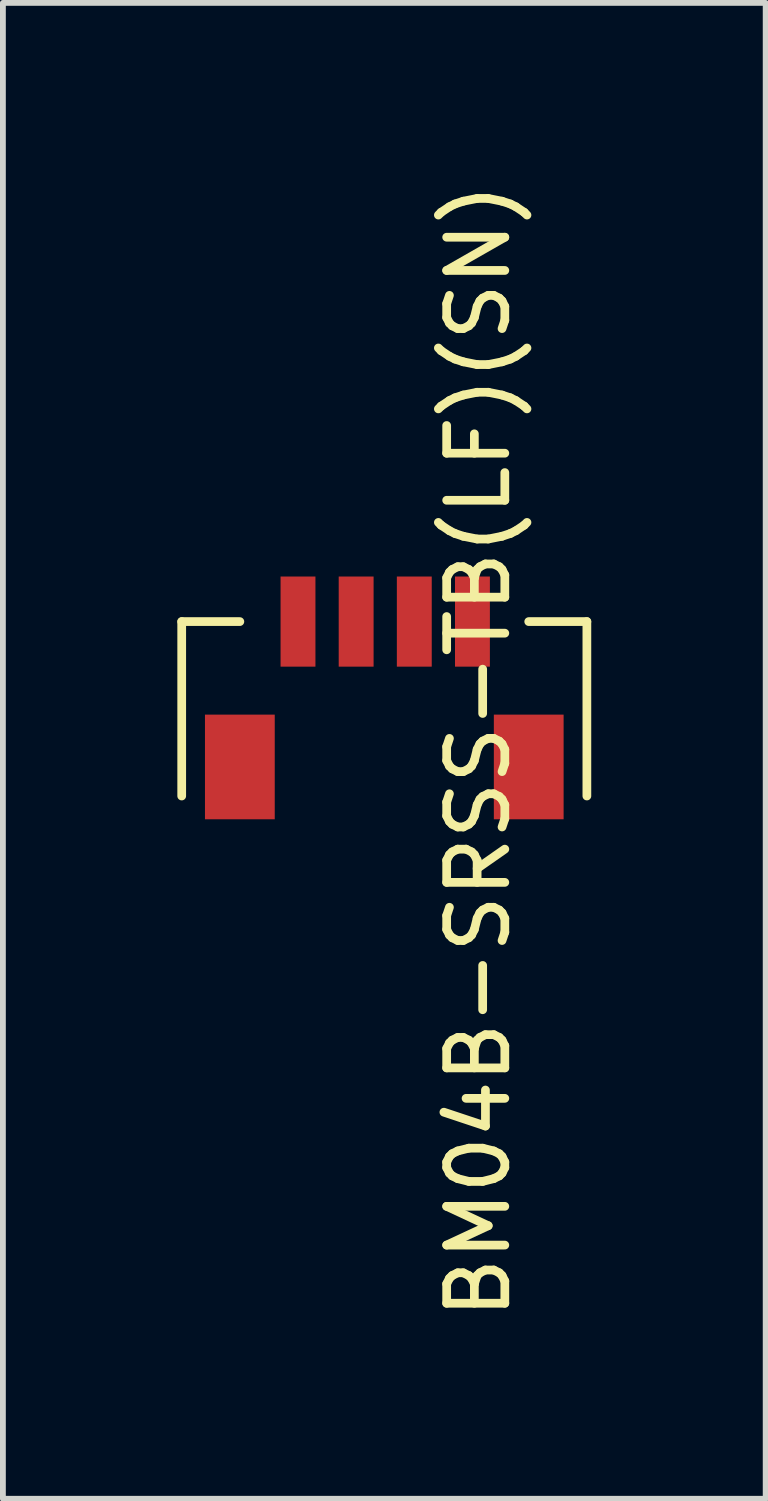
<source format=kicad_pcb>
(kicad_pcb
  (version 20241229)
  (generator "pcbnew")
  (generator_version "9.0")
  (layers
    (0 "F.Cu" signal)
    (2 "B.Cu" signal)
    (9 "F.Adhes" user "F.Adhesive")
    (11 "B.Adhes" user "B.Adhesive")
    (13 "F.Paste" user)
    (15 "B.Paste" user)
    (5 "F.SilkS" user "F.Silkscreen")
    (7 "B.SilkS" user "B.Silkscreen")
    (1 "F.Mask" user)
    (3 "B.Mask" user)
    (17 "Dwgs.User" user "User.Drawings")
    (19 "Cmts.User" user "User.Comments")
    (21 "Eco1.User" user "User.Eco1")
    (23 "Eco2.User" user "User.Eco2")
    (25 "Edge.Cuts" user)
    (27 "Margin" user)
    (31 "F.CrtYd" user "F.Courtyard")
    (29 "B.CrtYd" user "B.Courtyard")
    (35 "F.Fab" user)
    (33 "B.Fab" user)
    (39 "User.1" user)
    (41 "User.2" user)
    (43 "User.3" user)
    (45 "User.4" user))
  (footprint "BM04B-SRSS-TB(LF)(SN)"
    (layer "F.Cu")
    (at 6.064 3.449)
    (property "Reference" "BM04B-SRSS-TB(LF)(SN)" (at -0.887 6.414 90) (layer "F.SilkS") (effects (font (size 1 1) (thickness 0.15))))
    (attr through_hole)
    (fp_line (start -5.989 4.191) (end -4.989 4.191) (stroke (width 0.15) (type solid)) (layer "F.SilkS"))
    (fp_line (start -5.989 7.191) (end -5.989 4.191) (stroke (width 0.15) (type solid)) (layer "F.SilkS"))
    (fp_line (start -0.021 4.191) (end 0.979 4.191) (stroke (width 0.15) (type solid)) (layer "F.SilkS"))
    (fp_line (start 0.979 4.191) (end 0.979 7.191) (stroke (width 0.15) (type solid)) (layer "F.SilkS"))
    (pad "1" smd rect (at -3.989 4.191 180) (size 0.6 1.55) (layers "F.Cu" "F.Mask" "F.Paste"))
    (pad "2" smd rect (at -2.989 4.191 180) (size 0.6 1.55) (layers "F.Cu" "F.Mask" "F.Paste"))
    (pad "3" smd rect (at -1.989 4.191 180) (size 0.6 1.55) (layers "F.Cu" "F.Mask" "F.Paste"))
    (pad "4" smd rect (at -0.989 4.191 180) (size 0.6 1.55) (layers "F.Cu" "F.Mask" "F.Paste"))
    (pad "5" smd rect (at -4.989 6.691 180) (size 1.2 1.8) (layers "F.Cu" "F.Mask" "F.Paste"))
    (pad "5" smd rect (at -0.021 6.691 180) (size 1.2 1.8) (layers "F.Cu" "F.Mask" "F.Paste")))
  (gr_rect
    (start -3 -3)
    (end 10.118 22.726)
    (stroke (width 0.1) (type default))
    (fill no)
    (layer "Edge.Cuts")))
</source>
